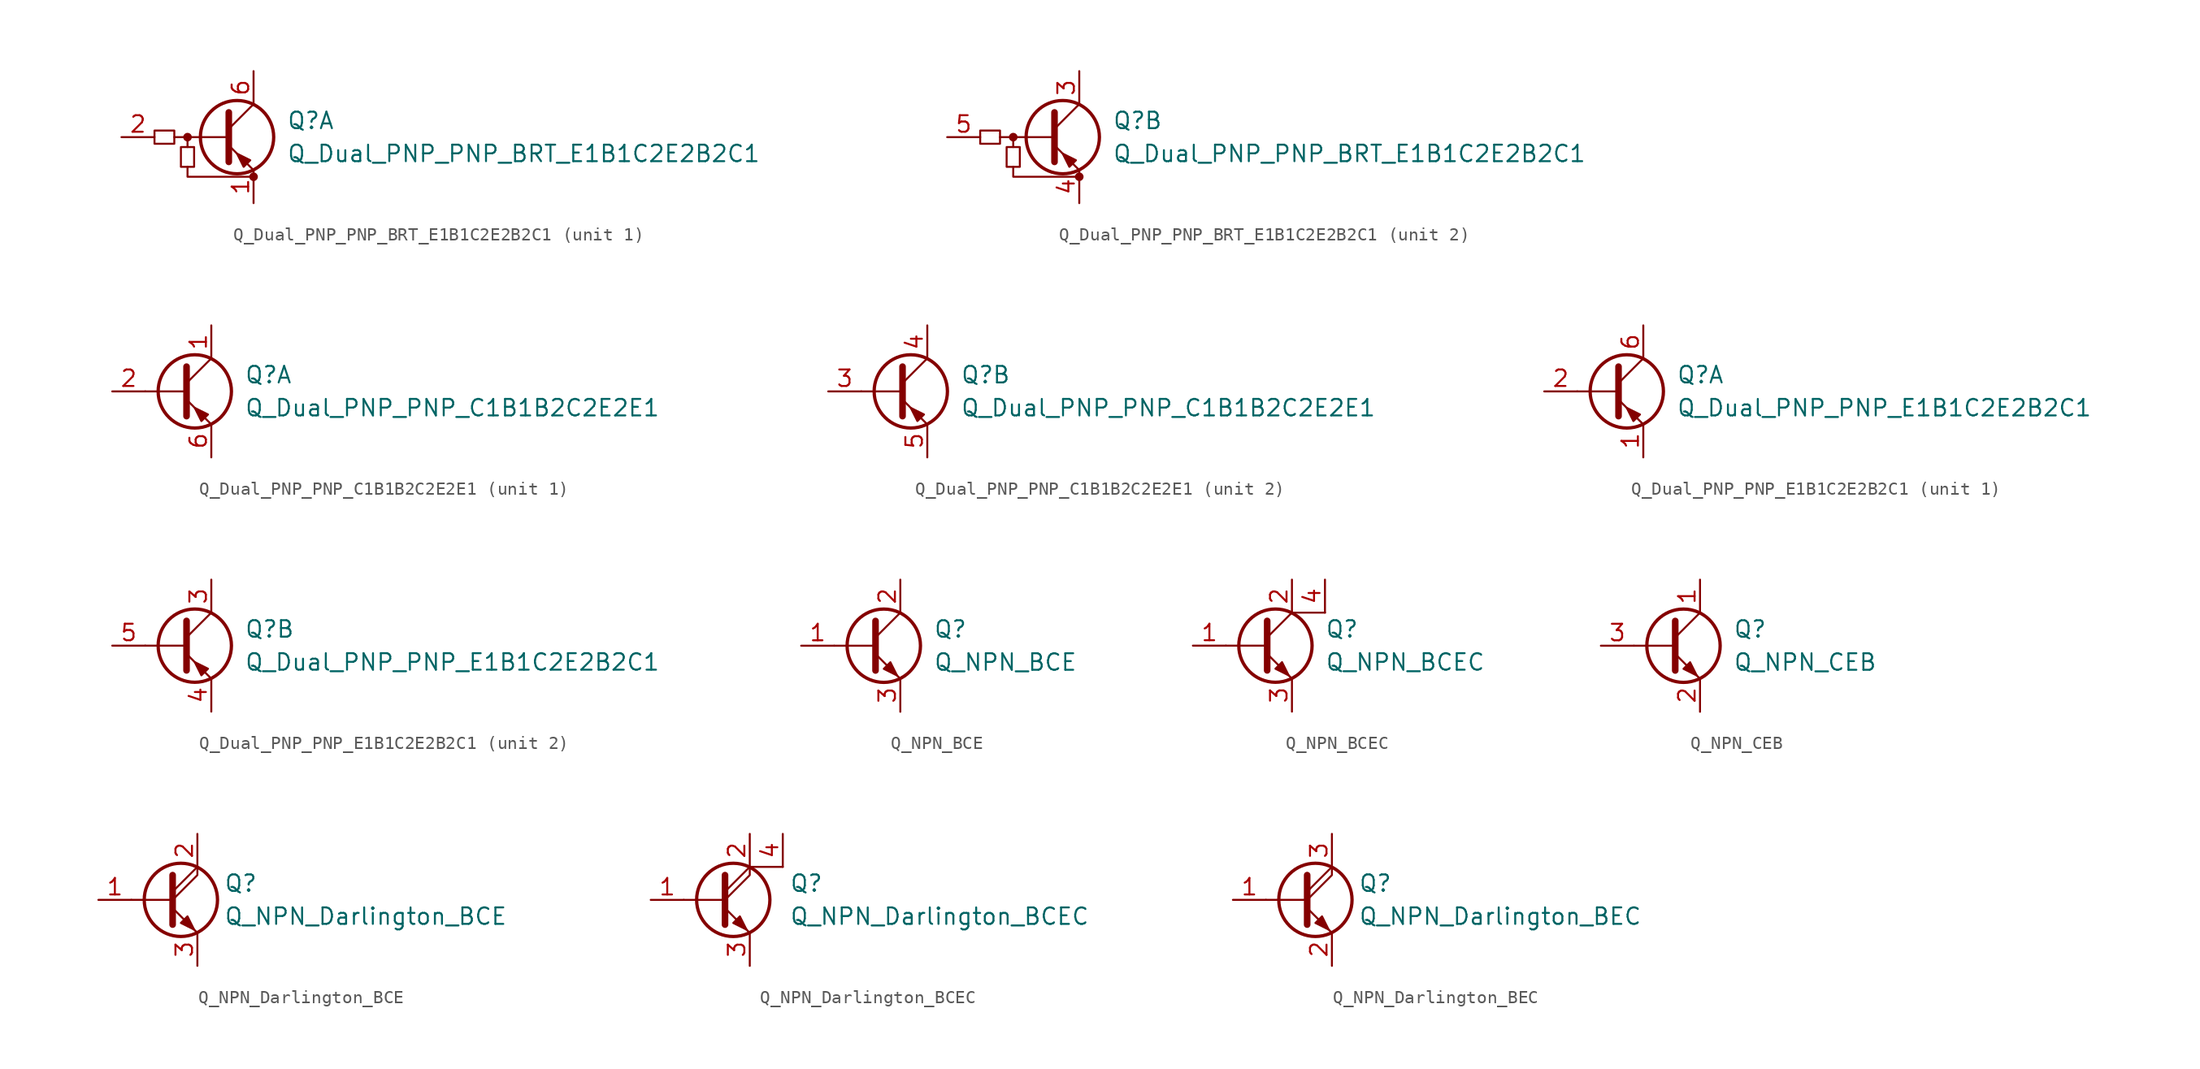
<source format=kicad_sym>
(kicad_symbol_lib
  (version 20231120)
  (generator "kicad_symbol_editor")
  (generator_version "8.0")
  (symbol "Q_Dual_PNP_PNP_BRT_E1B1C2E2B2C1"
    (pin_names hide)
    (property "Reference" "Q"
      (at 3.81 1.27 0)
      (effects (font (size 1.27 1.27)) (justify left)))
    (property "Value" "Q_Dual_PNP_PNP_BRT_E1B1C2E2B2C1"
      (at 3.81 -1.27 0)
      (effects (font (size 1.27 1.27)) (justify left)))
    (symbol "Q_Dual_PNP_PNP_BRT_E1B1C2E2B2C1_0_1"
      (rectangle (start -6.35 0.508) (end -4.826 -0.508) (stroke (width 0) (type default)) (fill (type none)))
      (rectangle (start -4.318 -0.762) (end -3.302 -2.286) (stroke (width 0) (type default)) (fill (type none)))
      (circle (center -3.81 0) (radius 0.254) (stroke (width 0) (type default)) (fill (type outline)))
      (polyline (pts (xy -3.81 -0.762) (xy -3.81 0)) (stroke (width 0) (type default)) (fill (type none)))
      (polyline (pts (xy -0.762 0) (xy -4.826 0)) (stroke (width 0) (type default)) (fill (type none)))
      (polyline (pts (xy -0.635 -0.635) (xy 1.27 -2.54)) (stroke (width 0) (type default)) (fill (type none)))
      (polyline (pts (xy -0.635 0.635) (xy 1.27 2.54)) (stroke (width 0) (type default)) (fill (type none)))
      (polyline (pts (xy -0.635 1.905) (xy -0.635 -1.905)) (stroke (width 0.508) (type default)) (fill (type none)))
      (polyline (pts (xy -3.81 -2.286) (xy -3.81 -3.048) (xy 1.27 -3.048)) (stroke (width 0) (type default)) (fill (type none)))
      (polyline (pts (xy 1.016 -1.778) (xy 0.508 -2.286) (xy 0 -1.27) (xy 1.016 -1.778)) (stroke (width 0) (type default)) (fill (type outline)))
      (circle (center 1.27 -3.048) (radius 0.254) (stroke (width 0) (type default)) (fill (type outline))))
    (symbol "Q_Dual_PNP_PNP_BRT_E1B1C2E2B2C1_1_1"
      (circle (center 0 0) (radius 2.819) (stroke (width 0.254) (type default)) (fill (type none)))
      (pin passive line (at 1.27 -5.08 90) (length 2.54) (name "E1" (effects (font (size 1.27 1.27)))) (number "1" (effects (font (size 1.27 1.27)))))
      (pin input line (at -8.89 0 0) (length 2.54) (name "B1" (effects (font (size 1.27 1.27)))) (number "2" (effects (font (size 1.27 1.27)))))
      (pin passive line (at 1.27 5.08 270) (length 2.54) (name "C1" (effects (font (size 1.27 1.27)))) (number "6" (effects (font (size 1.27 1.27))))))
    (symbol "Q_Dual_PNP_PNP_BRT_E1B1C2E2B2C1_2_1"
      (circle (center 0 0) (radius 2.819) (stroke (width 0.254) (type default)) (fill (type none)))
      (pin passive line (at 1.27 5.08 270) (length 2.54) (name "C2" (effects (font (size 1.27 1.27)))) (number "3" (effects (font (size 1.27 1.27)))))
      (pin passive line (at 1.27 -5.08 90) (length 2.54) (name "E2" (effects (font (size 1.27 1.27)))) (number "4" (effects (font (size 1.27 1.27)))))
      (pin input line (at -8.89 0 0) (length 2.54) (name "B2" (effects (font (size 1.27 1.27)))) (number "5" (effects (font (size 1.27 1.27)))))))
  (symbol "Q_Dual_PNP_PNP_C1B1B2C2E2E1"
    (pin_names
      (offset 0) hide)
    (property "Reference" "Q"
      (at 5.08 1.27 0)
      (effects (font (size 1.27 1.27)) (justify left)))
    (property "Value" "Q_Dual_PNP_PNP_C1B1B2C2E2E1"
      (at 5.08 -1.27 0)
      (effects (font (size 1.27 1.27)) (justify left)))
    (property "ki_locked" ""
      (at 0 0 0)
      (effects (font (size 1.27 1.27))))
    (symbol "Q_Dual_PNP_PNP_C1B1B2C2E2E1_0_1"
      (polyline (pts (xy 0.635 -0.635) (xy 2.54 -2.54)) (stroke (width 0) (type default)) (fill (type none)))
      (polyline (pts (xy 0.635 0) (xy -2.54 0)) (stroke (width 0) (type default)) (fill (type none)))
      (polyline (pts (xy 0.635 0.635) (xy 2.54 2.54)) (stroke (width 0) (type default)) (fill (type none)))
      (polyline (pts (xy 0.635 1.905) (xy 0.635 -1.905)) (stroke (width 0.508) (type default)) (fill (type none)))
      (polyline (pts (xy 2.286 -1.778) (xy 1.778 -2.286) (xy 1.27 -1.27) (xy 2.286 -1.778)) (stroke (width 0) (type default)) (fill (type outline)))
      (circle (center 1.27 0) (radius 2.819) (stroke (width 0.254) (type default)) (fill (type none))))
    (symbol "Q_Dual_PNP_PNP_C1B1B2C2E2E1_1_1"
      (pin passive line (at 2.54 5.08 270) (length 2.54) (name "C1" (effects (font (size 1.27 1.27)))) (number "1" (effects (font (size 1.27 1.27)))))
      (pin input line (at -5.08 0 0) (length 2.54) (name "B1" (effects (font (size 1.27 1.27)))) (number "2" (effects (font (size 1.27 1.27)))))
      (pin passive line (at 2.54 -5.08 90) (length 2.54) (name "E1" (effects (font (size 1.27 1.27)))) (number "6" (effects (font (size 1.27 1.27))))))
    (symbol "Q_Dual_PNP_PNP_C1B1B2C2E2E1_2_1"
      (pin input line (at -5.08 0 0) (length 2.54) (name "B2" (effects (font (size 1.27 1.27)))) (number "3" (effects (font (size 1.27 1.27)))))
      (pin passive line (at 2.54 5.08 270) (length 2.54) (name "C2" (effects (font (size 1.27 1.27)))) (number "4" (effects (font (size 1.27 1.27)))))
      (pin passive line (at 2.54 -5.08 90) (length 2.54) (name "E2" (effects (font (size 1.27 1.27)))) (number "5" (effects (font (size 1.27 1.27)))))))
  (symbol "Q_Dual_PNP_PNP_E1B1C2E2B2C1"
    (pin_names
      (offset 0) hide)
    (property "Reference" "Q"
      (at 5.08 1.27 0)
      (effects (font (size 1.27 1.27)) (justify left)))
    (property "Value" "Q_Dual_PNP_PNP_E1B1C2E2B2C1"
      (at 5.08 -1.27 0)
      (effects (font (size 1.27 1.27)) (justify left)))
    (property "ki_locked" ""
      (at 0 0 0)
      (effects (font (size 1.27 1.27))))
    (symbol "Q_Dual_PNP_PNP_E1B1C2E2B2C1_0_1"
      (polyline (pts (xy 0.635 -0.635) (xy 2.54 -2.54)) (stroke (width 0) (type default)) (fill (type none)))
      (polyline (pts (xy 0.635 0) (xy -2.54 0)) (stroke (width 0) (type default)) (fill (type none)))
      (polyline (pts (xy 0.635 0.635) (xy 2.54 2.54)) (stroke (width 0) (type default)) (fill (type none)))
      (polyline (pts (xy 0.635 1.905) (xy 0.635 -1.905)) (stroke (width 0.508) (type default)) (fill (type none)))
      (polyline (pts (xy 2.286 -1.778) (xy 1.778 -2.286) (xy 1.27 -1.27) (xy 2.286 -1.778)) (stroke (width 0) (type default)) (fill (type outline)))
      (circle (center 1.27 0) (radius 2.819) (stroke (width 0.254) (type default)) (fill (type none))))
    (symbol "Q_Dual_PNP_PNP_E1B1C2E2B2C1_1_1"
      (pin passive line (at 2.54 -5.08 90) (length 2.54) (name "E1" (effects (font (size 1.27 1.27)))) (number "1" (effects (font (size 1.27 1.27)))))
      (pin input line (at -5.08 0 0) (length 2.54) (name "B1" (effects (font (size 1.27 1.27)))) (number "2" (effects (font (size 1.27 1.27)))))
      (pin passive line (at 2.54 5.08 270) (length 2.54) (name "C1" (effects (font (size 1.27 1.27)))) (number "6" (effects (font (size 1.27 1.27))))))
    (symbol "Q_Dual_PNP_PNP_E1B1C2E2B2C1_2_1"
      (pin passive line (at 2.54 5.08 270) (length 2.54) (name "C2" (effects (font (size 1.27 1.27)))) (number "3" (effects (font (size 1.27 1.27)))))
      (pin passive line (at 2.54 -5.08 90) (length 2.54) (name "E2" (effects (font (size 1.27 1.27)))) (number "4" (effects (font (size 1.27 1.27)))))
      (pin input line (at -5.08 0 0) (length 2.54) (name "B2" (effects (font (size 1.27 1.27)))) (number "5" (effects (font (size 1.27 1.27)))))))
  (symbol "Q_NPN_BCE"
    (pin_names
      (offset 0) hide)
    (property "Reference" "Q"
      (at 5.08 1.27 0)
      (effects (font (size 1.27 1.27)) (justify left)))
    (property "Value" "Q_NPN_BCE"
      (at 5.08 -1.27 0)
      (effects (font (size 1.27 1.27)) (justify left)))
    (symbol "Q_NPN_BCE_0_1"
      (polyline (pts (xy -2.54 0) (xy 0.635 0)) (stroke (width 0) (type default)) (fill (type none)))
      (polyline (pts (xy 0.635 1.905) (xy 0.635 -1.905)) (stroke (width 0.508) (type default)) (fill (type none)))
      (circle (center 1.27 0) (radius 2.819) (stroke (width 0.254) (type default)) (fill (type none))))
    (symbol "Q_NPN_BCE_1_1"
      (polyline (pts (xy 0.635 -0.635) (xy 2.54 -2.54)) (stroke (width 0) (type default)) (fill (type none)))
      (polyline (pts (xy 0.635 0.635) (xy 2.54 2.54)) (stroke (width 0) (type default)) (fill (type none)))
      (polyline (pts (xy 1.27 -1.778) (xy 1.778 -1.27) (xy 2.286 -2.286) (xy 1.27 -1.778)) (stroke (width 0) (type default)) (fill (type outline)))
      (pin input line (at -5.08 0 0) (length 2.54) (name "B" (effects (font (size 1.27 1.27)))) (number "1" (effects (font (size 1.27 1.27)))))
      (pin passive line (at 2.54 5.08 270) (length 2.54) (name "C" (effects (font (size 1.27 1.27)))) (number "2" (effects (font (size 1.27 1.27)))))
      (pin passive line (at 2.54 -5.08 90) (length 2.54) (name "E" (effects (font (size 1.27 1.27)))) (number "3" (effects (font (size 1.27 1.27)))))))
  (symbol "Q_NPN_BCEC"
    (pin_names
      (offset 0) hide)
    (property "Reference" "Q"
      (at 5.08 1.27 0)
      (effects (font (size 1.27 1.27)) (justify left)))
    (property "Value" "Q_NPN_BCEC"
      (at 5.08 -1.27 0)
      (effects (font (size 1.27 1.27)) (justify left)))
    (symbol "Q_NPN_BCEC_0_1"
      (polyline (pts (xy -2.54 0) (xy 0.635 0)) (stroke (width 0) (type default)) (fill (type none)))
      (polyline (pts (xy 0.635 1.905) (xy 0.635 -1.905)) (stroke (width 0.508) (type default)) (fill (type none)))
      (polyline (pts (xy 2.54 2.54) (xy 5.08 2.54)) (stroke (width 0) (type default)) (fill (type none)))
      (circle (center 1.27 0) (radius 2.819) (stroke (width 0.254) (type default)) (fill (type none))))
    (symbol "Q_NPN_BCEC_1_1"
      (polyline (pts (xy 0.635 -0.635) (xy 2.54 -2.54)) (stroke (width 0) (type default)) (fill (type none)))
      (polyline (pts (xy 0.635 0.635) (xy 2.54 2.54)) (stroke (width 0) (type default)) (fill (type none)))
      (polyline (pts (xy 1.27 -1.778) (xy 1.778 -1.27) (xy 2.286 -2.286) (xy 1.27 -1.778)) (stroke (width 0) (type default)) (fill (type outline)))
      (pin input line (at -5.08 0 0) (length 2.54) (name "B" (effects (font (size 1.27 1.27)))) (number "1" (effects (font (size 1.27 1.27)))))
      (pin passive line (at 2.54 5.08 270) (length 2.54) (name "C" (effects (font (size 1.27 1.27)))) (number "2" (effects (font (size 1.27 1.27)))))
      (pin passive line (at 2.54 -5.08 90) (length 2.54) (name "E" (effects (font (size 1.27 1.27)))) (number "3" (effects (font (size 1.27 1.27)))))
      (pin passive line (at 5.08 5.08 270) (length 2.54) (name "C" (effects (font (size 1.27 1.27)))) (number "4" (effects (font (size 1.27 1.27)))))))
  (symbol "Q_NPN_CEB"
    (pin_names
      (offset 0) hide)
    (property "Reference" "Q"
      (at 5.08 1.27 0)
      (effects (font (size 1.27 1.27)) (justify left)))
    (property "Value" "Q_NPN_CEB"
      (at 5.08 -1.27 0)
      (effects (font (size 1.27 1.27)) (justify left)))
    (symbol "Q_NPN_CEB_0_1"
      (polyline (pts (xy -2.54 0) (xy 0.635 0)) (stroke (width 0) (type default)) (fill (type none)))
      (polyline (pts (xy 0.635 1.905) (xy 0.635 -1.905)) (stroke (width 0.508) (type default)) (fill (type none)))
      (circle (center 1.27 0) (radius 2.819) (stroke (width 0.254) (type default)) (fill (type none))))
    (symbol "Q_NPN_CEB_1_1"
      (polyline (pts (xy 0.635 -0.635) (xy 2.54 -2.54)) (stroke (width 0) (type default)) (fill (type none)))
      (polyline (pts (xy 0.635 0.635) (xy 2.54 2.54)) (stroke (width 0) (type default)) (fill (type none)))
      (polyline (pts (xy 1.27 -1.778) (xy 1.778 -1.27) (xy 2.286 -2.286) (xy 1.27 -1.778)) (stroke (width 0) (type default)) (fill (type outline)))
      (pin passive line (at 2.54 5.08 270) (length 2.54) (name "C" (effects (font (size 1.27 1.27)))) (number "1" (effects (font (size 1.27 1.27)))))
      (pin passive line (at 2.54 -5.08 90) (length 2.54) (name "E" (effects (font (size 1.27 1.27)))) (number "2" (effects (font (size 1.27 1.27)))))
      (pin input line (at -5.08 0 0) (length 2.54) (name "B" (effects (font (size 1.27 1.27)))) (number "3" (effects (font (size 1.27 1.27)))))))
  (symbol "Q_NPN_Darlington_BCE"
    (pin_names
      (offset 0) hide)
    (property "Reference" "Q"
      (at 4.572 1.27 0)
      (effects (font (size 1.27 1.27)) (justify left)))
    (property "Value" "Q_NPN_Darlington_BCE"
      (at 4.572 -1.27 0)
      (effects (font (size 1.27 1.27)) (justify left)))
    (symbol "Q_NPN_Darlington_BCE_0_1"
      (polyline (pts (xy -2.54 0) (xy 0.635 0)) (stroke (width 0) (type default)) (fill (type none)))
      (polyline (pts (xy 0.635 1.905) (xy 0.635 -1.905)) (stroke (width 0.508) (type default)) (fill (type none)))
      (polyline (pts (xy 0.635 0) (xy 2.54 1.905) (xy 2.54 2.54)) (stroke (width 0) (type default)) (fill (type none)))
      (circle (center 1.27 0) (radius 2.819) (stroke (width 0.254) (type default)) (fill (type none))))
    (symbol "Q_NPN_Darlington_BCE_1_1"
      (polyline (pts (xy 0.635 -0.635) (xy 2.54 -2.54)) (stroke (width 0) (type default)) (fill (type none)))
      (polyline (pts (xy 0.635 0.635) (xy 2.54 2.54)) (stroke (width 0) (type default)) (fill (type none)))
      (polyline (pts (xy 1.27 -1.778) (xy 1.778 -1.27) (xy 2.286 -2.286) (xy 1.27 -1.778)) (stroke (width 0) (type default)) (fill (type outline)))
      (pin input line (at -5.08 0 0) (length 2.54) (name "B" (effects (font (size 1.27 1.27)))) (number "1" (effects (font (size 1.27 1.27)))))
      (pin passive line (at 2.54 5.08 270) (length 2.54) (name "C" (effects (font (size 1.27 1.27)))) (number "2" (effects (font (size 1.27 1.27)))))
      (pin passive line (at 2.54 -5.08 90) (length 2.54) (name "E" (effects (font (size 1.27 1.27)))) (number "3" (effects (font (size 1.27 1.27)))))))
  (symbol "Q_NPN_Darlington_BCEC"
    (pin_names
      (offset 0) hide)
    (property "Reference" "Q"
      (at 5.588 1.27 0)
      (effects (font (size 1.27 1.27)) (justify left)))
    (property "Value" "Q_NPN_Darlington_BCEC"
      (at 5.588 -1.27 0)
      (effects (font (size 1.27 1.27)) (justify left)))
    (symbol "Q_NPN_Darlington_BCEC_0_1"
      (polyline (pts (xy -2.54 0) (xy 0.635 0)) (stroke (width 0) (type default)) (fill (type none)))
      (polyline (pts (xy 0.635 1.905) (xy 0.635 -1.905)) (stroke (width 0.508) (type default)) (fill (type none)))
      (polyline (pts (xy 5.08 2.54) (xy 2.54 2.54)) (stroke (width 0) (type default)) (fill (type none)))
      (polyline (pts (xy 0.635 0) (xy 2.54 1.905) (xy 2.54 2.54)) (stroke (width 0) (type default)) (fill (type none)))
      (circle (center 1.27 0) (radius 2.819) (stroke (width 0.254) (type default)) (fill (type none))))
    (symbol "Q_NPN_Darlington_BCEC_1_1"
      (polyline (pts (xy 0.635 -0.635) (xy 2.54 -2.54)) (stroke (width 0) (type default)) (fill (type none)))
      (polyline (pts (xy 0.635 0.635) (xy 2.54 2.54)) (stroke (width 0) (type default)) (fill (type none)))
      (polyline (pts (xy 1.27 -1.778) (xy 1.778 -1.27) (xy 2.286 -2.286) (xy 1.27 -1.778)) (stroke (width 0) (type default)) (fill (type outline)))
      (pin input line (at -5.08 0 0) (length 2.54) (name "B" (effects (font (size 1.27 1.27)))) (number "1" (effects (font (size 1.27 1.27)))))
      (pin passive line (at 2.54 5.08 270) (length 2.54) (name "C" (effects (font (size 1.27 1.27)))) (number "2" (effects (font (size 1.27 1.27)))))
      (pin passive line (at 2.54 -5.08 90) (length 2.54) (name "E" (effects (font (size 1.27 1.27)))) (number "3" (effects (font (size 1.27 1.27)))))
      (pin input line (at 5.08 5.08 270) (length 2.54) (name "C2" (effects (font (size 1.27 1.27)))) (number "4" (effects (font (size 1.27 1.27)))))))
  (symbol "Q_NPN_Darlington_BEC"
    (pin_names
      (offset 0) hide)
    (property "Reference" "Q"
      (at 4.572 1.27 0)
      (effects (font (size 1.27 1.27)) (justify left)))
    (property "Value" "Q_NPN_Darlington_BEC"
      (at 4.572 -1.27 0)
      (effects (font (size 1.27 1.27)) (justify left)))
    (symbol "Q_NPN_Darlington_BEC_0_1"
      (polyline (pts (xy -2.54 0) (xy 0.635 0)) (stroke (width 0) (type default)) (fill (type none)))
      (polyline (pts (xy 0.635 1.905) (xy 0.635 -1.905)) (stroke (width 0.508) (type default)) (fill (type none)))
      (polyline (pts (xy 0.635 0) (xy 2.54 1.905) (xy 2.54 2.54)) (stroke (width 0) (type default)) (fill (type none)))
      (circle (center 1.27 0) (radius 2.819) (stroke (width 0.254) (type default)) (fill (type none))))
    (symbol "Q_NPN_Darlington_BEC_1_1"
      (polyline (pts (xy 0.635 -0.635) (xy 2.54 -2.54)) (stroke (width 0) (type default)) (fill (type none)))
      (polyline (pts (xy 0.635 0.635) (xy 2.54 2.54)) (stroke (width 0) (type default)) (fill (type none)))
      (polyline (pts (xy 1.27 -1.778) (xy 1.778 -1.27) (xy 2.286 -2.286) (xy 1.27 -1.778)) (stroke (width 0) (type default)) (fill (type outline)))
      (pin input line (at -5.08 0 0) (length 2.54) (name "B" (effects (font (size 1.27 1.27)))) (number "1" (effects (font (size 1.27 1.27)))))
      (pin passive line (at 2.54 -5.08 90) (length 2.54) (name "E" (effects (font (size 1.27 1.27)))) (number "2" (effects (font (size 1.27 1.27)))))
      (pin passive line (at 2.54 5.08 270) (length 2.54) (name "C" (effects (font (size 1.27 1.27)))) (number "3" (effects (font (size 1.27 1.27))))))))
</source>
